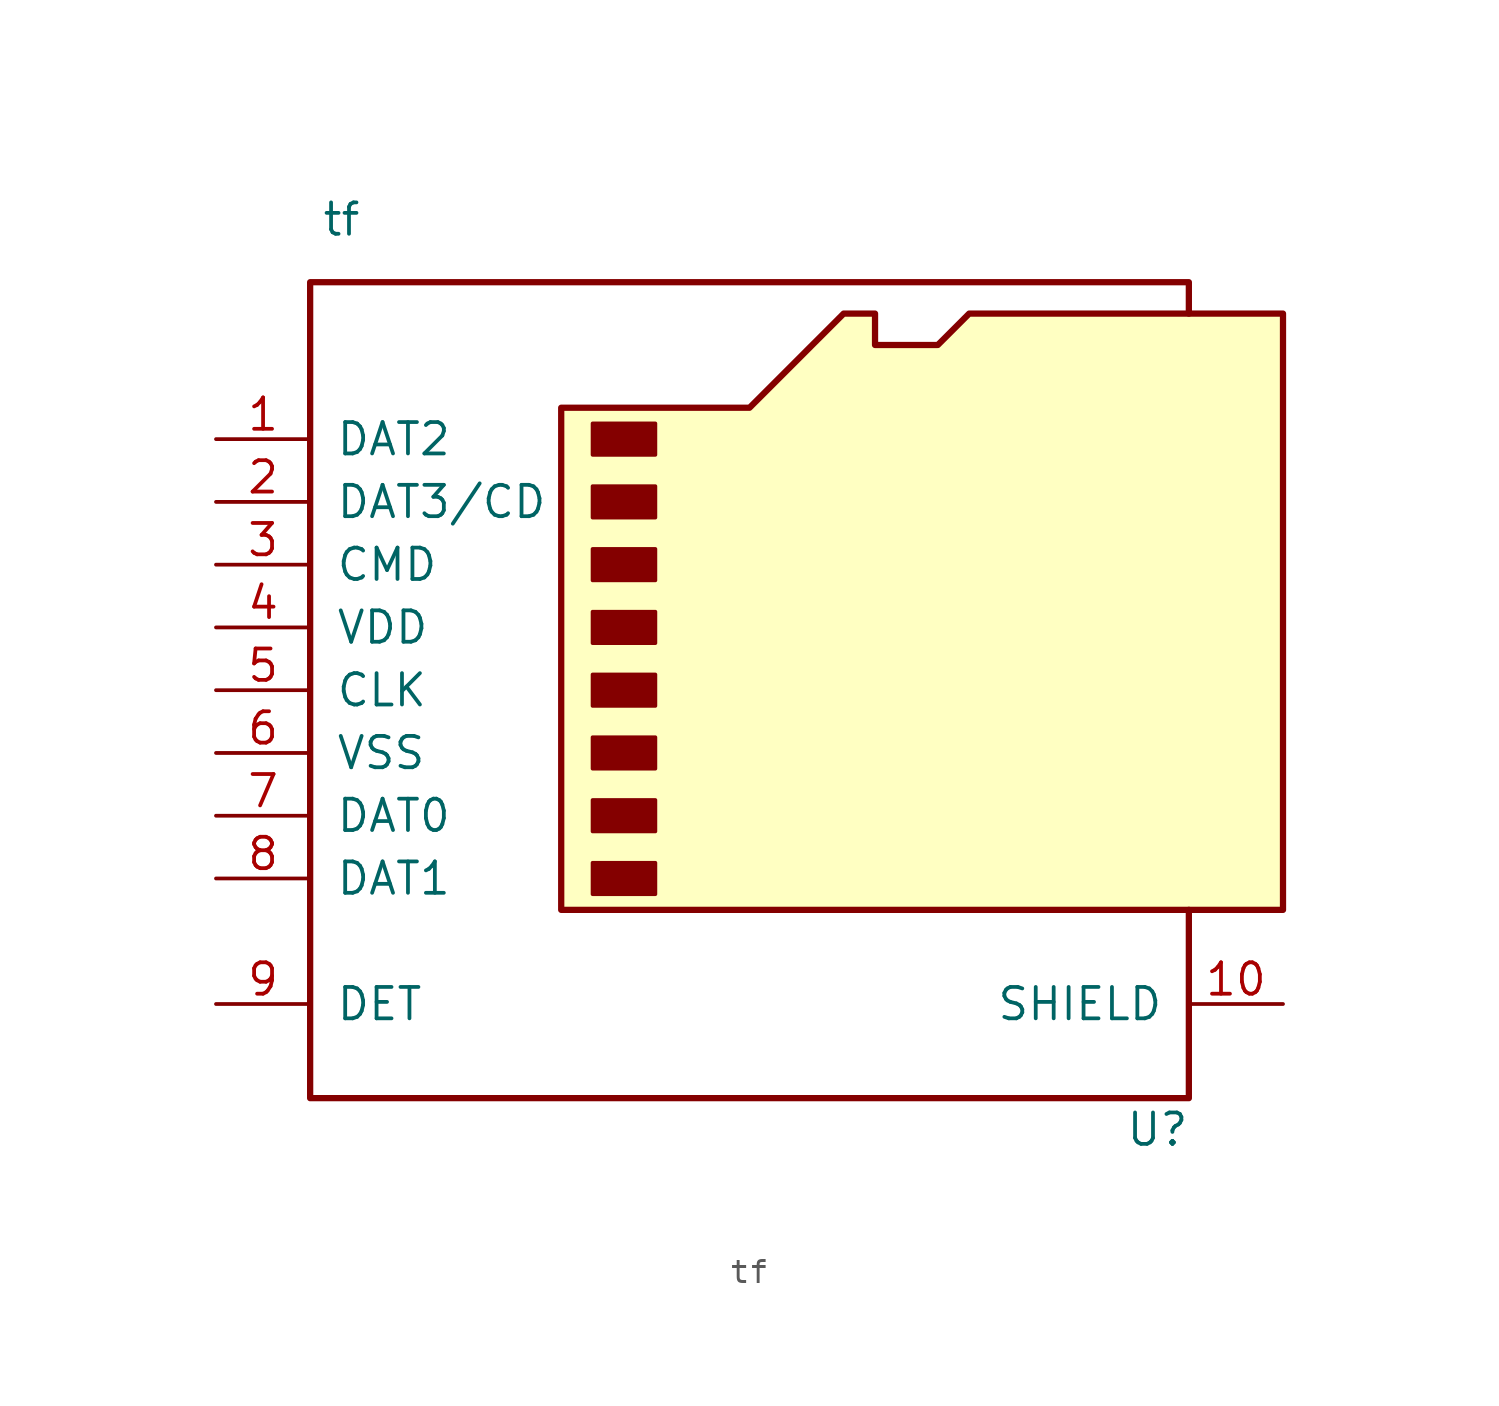
<source format=kicad_sym>
(kicad_symbol_lib
  (version 20201005)
  (generator kicad_symbol_editor)
  (symbol "tf"
    (pin_names
      (offset 1.016))
    (property "Reference" "U"
      (at 20.32 -15.24 0)
      (effects (font (size 1.27 1.27))))
    (property "Value" "tf"
      (at -12.7 21.59 0)
      (effects (font (size 1.27 1.27))))
    (symbol "tf_1_1"
      (rectangle (start -2.54 -4.445) (end 0 -5.715) (stroke (width 0)) (fill (type outline)))
      (rectangle (start -2.54 -1.905) (end 0 -3.175) (stroke (width 0)) (fill (type outline)))
      (rectangle (start -2.54 0.635) (end 0 -0.635) (stroke (width 0)) (fill (type outline)))
      (rectangle (start -2.54 3.175) (end 0 1.905) (stroke (width 0)) (fill (type outline)))
      (rectangle (start -2.54 5.715) (end 0 4.445) (stroke (width 0)) (fill (type outline)))
      (rectangle (start -2.54 8.255) (end 0 6.985) (stroke (width 0)) (fill (type outline)))
      (rectangle (start -2.54 10.795) (end 0 9.525) (stroke (width 0)) (fill (type outline)))
      (rectangle (start -2.54 13.335) (end 0 12.065) (stroke (width 0)) (fill (type outline)))
      (polyline (pts (xy 21.59 17.78) (xy 21.59 19.05) (xy -13.97 19.05) (xy -13.97 -13.97) (xy 21.59 -13.97) (xy 21.59 -6.35)) (stroke (width 0.254)) (fill (type none)))
      (polyline (pts (xy -3.81 -6.35) (xy -3.81 13.97) (xy 3.81 13.97) (xy 7.62 17.78) (xy 8.89 17.78) (xy 8.89 16.51) (xy 11.43 16.51) (xy 12.7 17.78) (xy 25.4 17.78) (xy 25.4 -6.35) (xy -3.81 -6.35)) (stroke (width 0.254)) (fill (type background)))
      (pin bidirectional line (at -17.78 12.7 0) (length 3.81) (name "DAT2" (effects (font (size 1.27 1.27)))) (number "1" (effects (font (size 1.27 1.27)))))
      (pin passive line (at 25.4 -10.16 180) (length 3.81) (name "SHIELD" (effects (font (size 1.27 1.27)))) (number "10" (effects (font (size 1.27 1.27)))))
      (pin bidirectional line (at -17.78 10.16 0) (length 3.81) (name "DAT3/CD" (effects (font (size 1.27 1.27)))) (number "2" (effects (font (size 1.27 1.27)))))
      (pin input line (at -17.78 7.62 0) (length 3.81) (name "CMD" (effects (font (size 1.27 1.27)))) (number "3" (effects (font (size 1.27 1.27)))))
      (pin power_in line (at -17.78 5.08 0) (length 3.81) (name "VDD" (effects (font (size 1.27 1.27)))) (number "4" (effects (font (size 1.27 1.27)))))
      (pin input line (at -17.78 2.54 0) (length 3.81) (name "CLK" (effects (font (size 1.27 1.27)))) (number "5" (effects (font (size 1.27 1.27)))))
      (pin power_in line (at -17.78 0 0) (length 3.81) (name "VSS" (effects (font (size 1.27 1.27)))) (number "6" (effects (font (size 1.27 1.27)))))
      (pin bidirectional line (at -17.78 -2.54 0) (length 3.81) (name "DAT0" (effects (font (size 1.27 1.27)))) (number "7" (effects (font (size 1.27 1.27)))))
      (pin bidirectional line (at -17.78 -5.08 0) (length 3.81) (name "DAT1" (effects (font (size 1.27 1.27)))) (number "8" (effects (font (size 1.27 1.27)))))
      (pin passive line (at -17.78 -10.16 0) (length 3.81) (name "DET" (effects (font (size 1.27 1.27)))) (number "9" (effects (font (size 1.27 1.27))))))))
</source>
